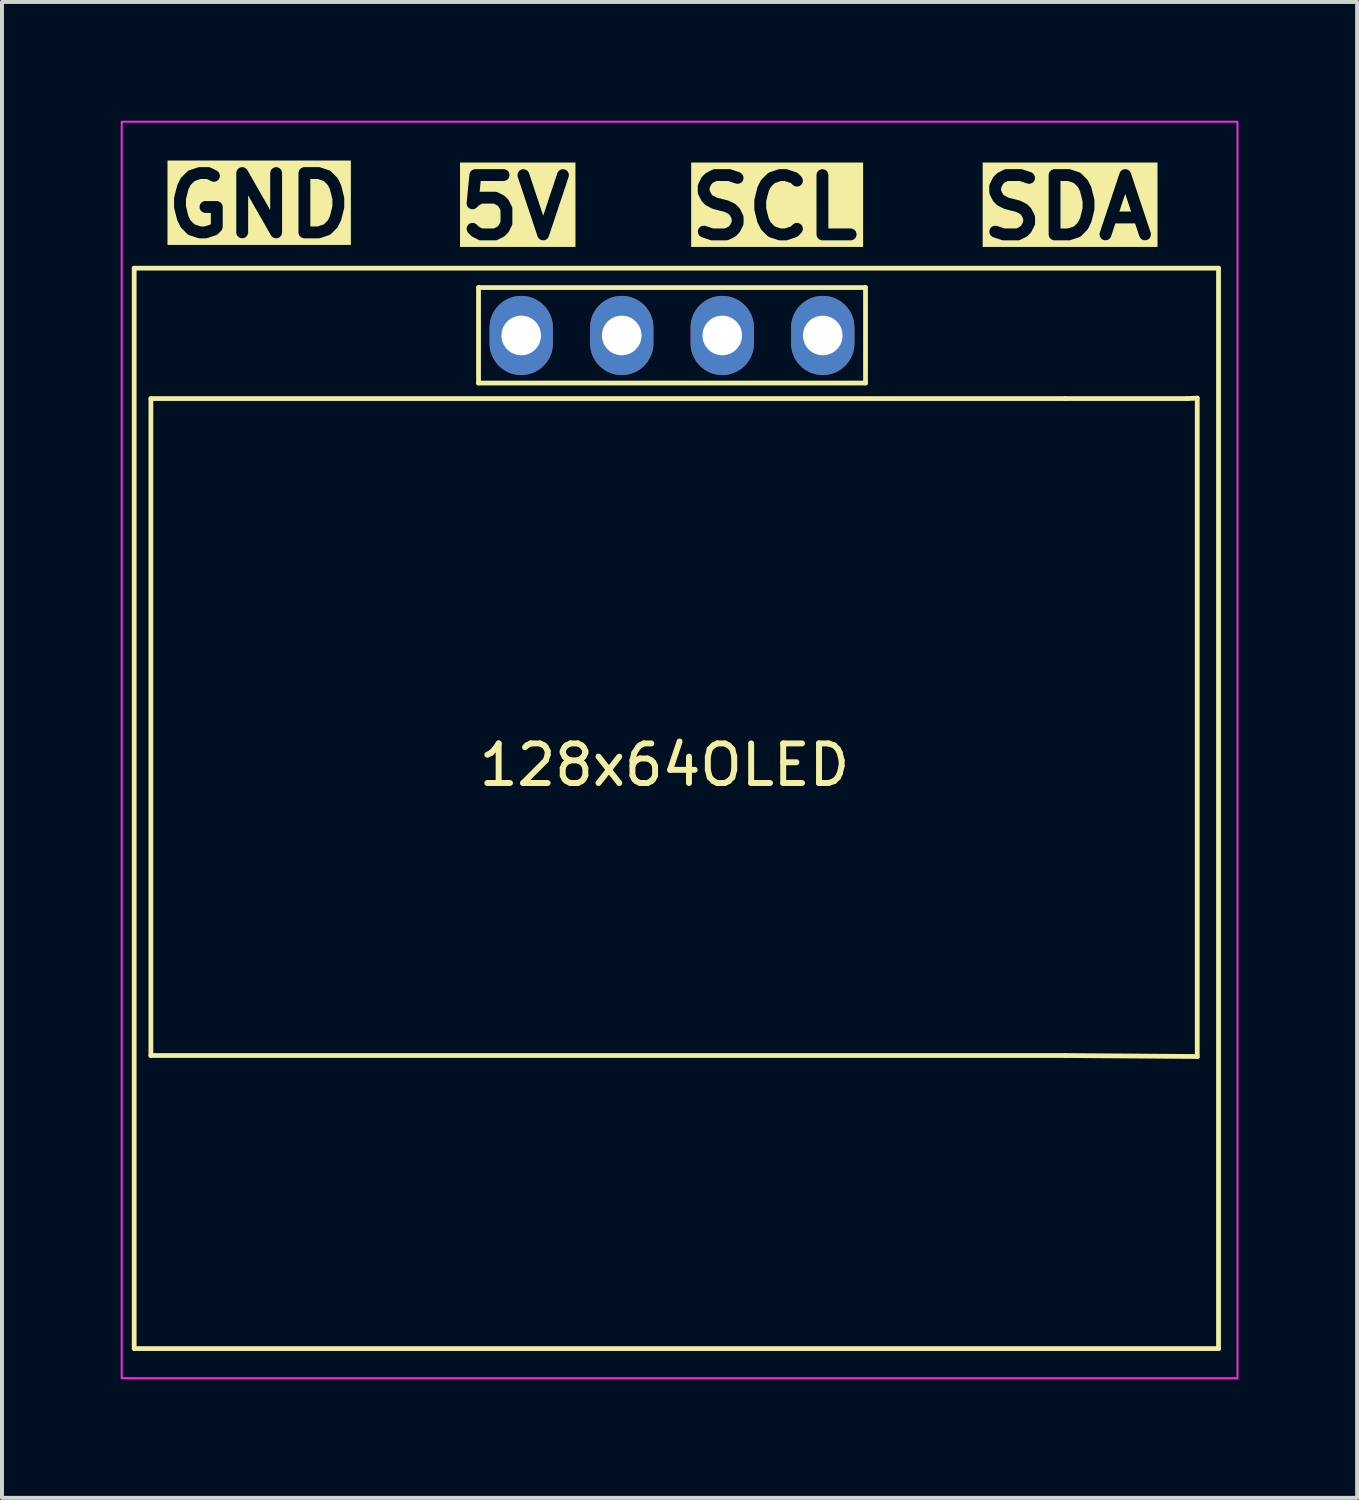
<source format=kicad_pcb>
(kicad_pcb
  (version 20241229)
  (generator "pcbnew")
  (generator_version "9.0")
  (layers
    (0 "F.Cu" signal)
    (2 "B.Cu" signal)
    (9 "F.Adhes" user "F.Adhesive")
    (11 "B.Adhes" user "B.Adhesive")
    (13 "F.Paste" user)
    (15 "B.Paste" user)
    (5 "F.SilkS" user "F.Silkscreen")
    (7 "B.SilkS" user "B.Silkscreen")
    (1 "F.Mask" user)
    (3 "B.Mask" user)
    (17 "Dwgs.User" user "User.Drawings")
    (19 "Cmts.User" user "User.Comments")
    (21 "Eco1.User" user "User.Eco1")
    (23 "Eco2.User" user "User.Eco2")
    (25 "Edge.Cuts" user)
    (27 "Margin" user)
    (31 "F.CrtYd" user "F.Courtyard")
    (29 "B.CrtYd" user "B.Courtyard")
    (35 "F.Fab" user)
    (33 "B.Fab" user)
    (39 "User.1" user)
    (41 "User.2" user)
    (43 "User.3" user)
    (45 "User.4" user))
  (footprint "128x64OLED"
    (layer "F.Cu")
    (at 13.741 16.027)
    (property "Reference" "128x64OLED" (at 0 0.254 0) (layer "F.SilkS") (effects (font (size 1 1) (thickness 0.15))))
    (attr through_hole)
    (fp_line (start -13.4 -12.3) (end 14 -12.3) (stroke (width 0.12) (type solid)) (layer "F.SilkS"))
    (fp_line (start -13.4 15) (end -13.4 -12.3) (stroke (width 0.12) (type solid)) (layer "F.SilkS"))
    (fp_line (start -12.978 -9.005) (end 10.122 -9.005) (stroke (width 0.12) (type solid)) (layer "F.SilkS"))
    (fp_line (start -12.978 7.595) (end -12.978 -9.005) (stroke (width 0.12) (type solid)) (layer "F.SilkS"))
    (fp_line (start -4.699 -11.811) (end -4.699 -9.398) (stroke (width 0.12) (type solid)) (layer "F.SilkS"))
    (fp_line (start -4.699 -11.811) (end 5.08 -11.811) (stroke (width 0.12) (type solid)) (layer "F.SilkS"))
    (fp_line (start 5.08 -11.811) (end 5.08 -9.398) (stroke (width 0.12) (type solid)) (layer "F.SilkS"))
    (fp_line (start 5.08 -9.398) (end -4.699 -9.398) (stroke (width 0.12) (type solid)) (layer "F.SilkS"))
    (fp_line (start 10.122 -9.005) (end 13.208 -9.005) (stroke (width 0.12) (type solid)) (layer "F.SilkS"))
    (fp_line (start 10.122 7.595) (end -12.978 7.595) (stroke (width 0.12) (type solid)) (layer "F.SilkS"))
    (fp_line (start 10.122 7.595) (end 13.462 7.62) (stroke (width 0.12) (type solid)) (layer "F.SilkS"))
    (fp_line (start 13.462 -9.017) (end 13.208 -9.005) (stroke (width 0.12) (type solid)) (layer "F.SilkS"))
    (fp_line (start 13.462 7.62) (end 13.462 -9.017) (stroke (width 0.12) (type solid)) (layer "F.SilkS"))
    (fp_line (start 14 -12.3) (end 14 15) (stroke (width 0.12) (type solid)) (layer "F.SilkS"))
    (fp_line (start 14 15) (end -13.4 15) (stroke (width 0.12) (type solid)) (layer "F.SilkS"))
    (fp_rect (start -13.716 -16.002) (end 14.478 15.748) (stroke (width 0.05) (type default)) (fill no) (layer "F.CrtYd"))
    (fp_text user "GND" (at -12.725 -13.005 0) (unlocked yes) (layer "F.SilkS" knockout) (effects (font (size 1.5 1.5) (thickness 0.3) (bold yes)) (justify left bottom)))
    (fp_text user "SCL" (at 0.508 -12.954 0) (unlocked yes) (layer "F.SilkS" knockout) (effects (font (size 1.5 1.5) (thickness 0.3) (bold yes)) (justify left bottom)))
    (fp_text user "SDA" (at 7.874 -12.954 0) (unlocked yes) (layer "F.SilkS" knockout) (effects (font (size 1.5 1.5) (thickness 0.3) (bold yes)) (justify left bottom)))
    (fp_text user "5V" (at -5.334 -12.954 0) (unlocked yes) (layer "F.SilkS" knockout) (effects (font (size 1.5 1.5) (thickness 0.3) (bold yes)) (justify left bottom)))
    (pad "1" thru_hole oval (at -3.62 -10.6 90) (size 2 1.6) (drill 1) (layers "*.Cu" "*.Mask"))
    (pad "2" thru_hole oval (at -1.08 -10.6 90) (size 2 1.6) (drill 1) (layers "*.Cu" "*.Mask"))
    (pad "3" thru_hole oval (at 1.46 -10.6 90) (size 2 1.6) (drill 1) (layers "*.Cu" "*.Mask"))
    (pad "4" thru_hole oval (at 4 -10.6 90) (size 2 1.6) (drill 1) (layers "*.Cu" "*.Mask")))
  (gr_rect
    (start -3 -3)
    (end 31.244 34.8)
    (stroke (width 0.1) (type default))
    (fill no)
    (layer "Edge.Cuts")))
</source>
